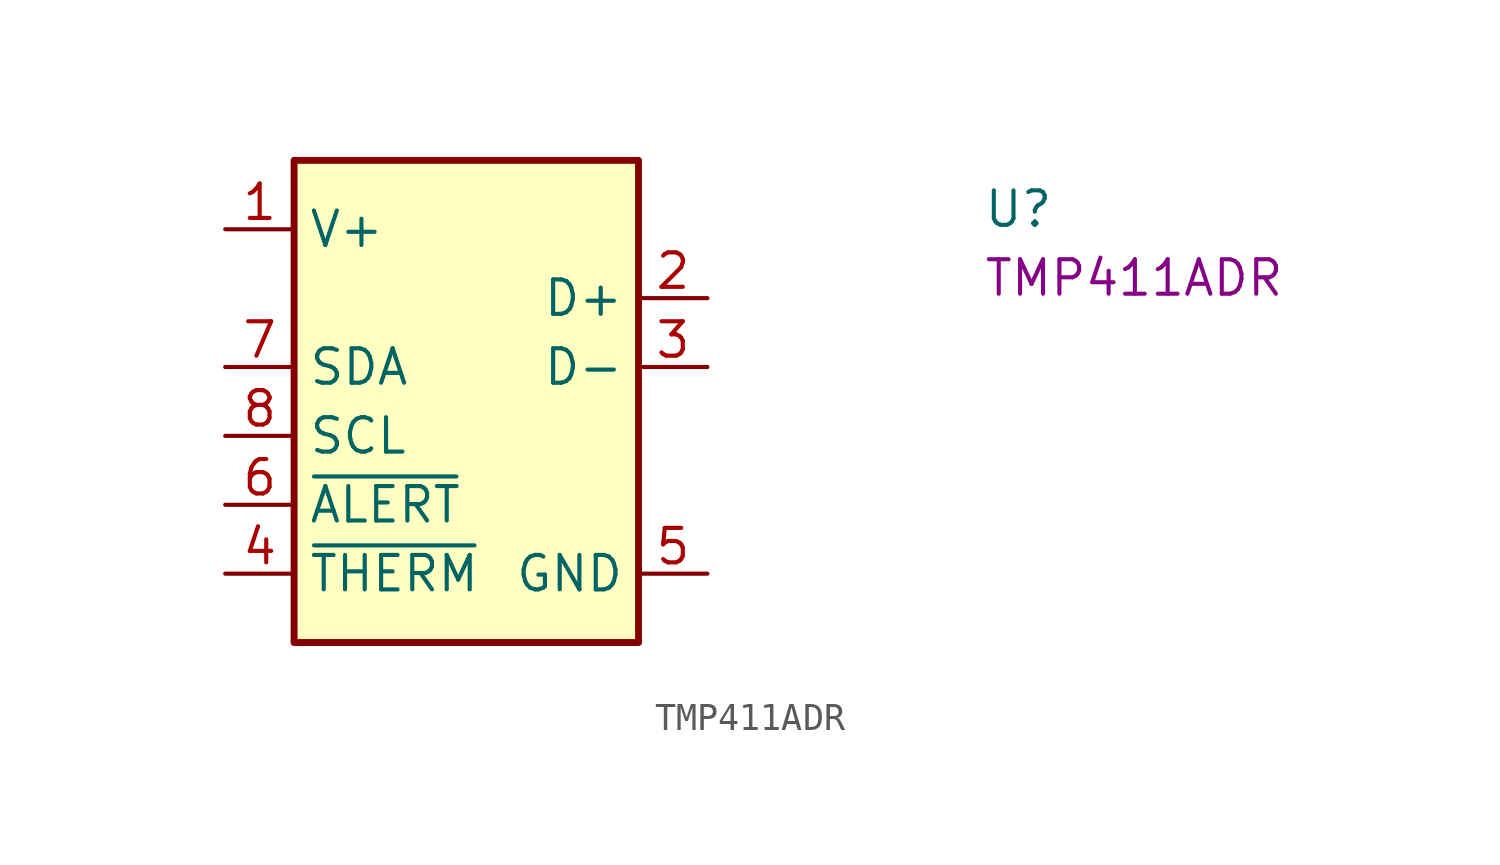
<source format=kicad_sym>
(kicad_symbol_lib
  (version 20220914)
  (generator kicad_symbol_editor)
  (symbol "TMP411ADR"
    (property "Reference" "U"
      (at 27.94 0 0)
      (effects (font (size 1.27 1.27) (thickness 0.15)) (justify left bottom)))
    (property "MPN" "TMP411ADR"
      (at 27.94 -2.54 0)
      (effects (font (size 1.27 1.27) (thickness 0.15)) (justify left bottom)))
    (symbol "TMP411ADR_1_1"
      (rectangle (start 2.54 2.54) (end 15.24 -15.24) (stroke (width 0.254) (type default)) (fill (type background)))
      (pin power_in line (at 0 0 0) (length 2.54) (name "V+" (effects (font (size 1.27 1.27)))) (number "1" (effects (font (size 1.27 1.27)))))
      (pin passive line (at 17.78 -2.54 180) (length 2.54) (name "D+" (effects (font (size 1.27 1.27)))) (number "2" (effects (font (size 1.27 1.27)))))
      (pin passive line (at 17.78 -5.08 180) (length 2.54) (name "D-" (effects (font (size 1.27 1.27)))) (number "3" (effects (font (size 1.27 1.27)))))
      (pin open_collector line (at 0 -12.7 0) (length 2.54) (name "~{THERM}" (effects (font (size 1.27 1.27)))) (number "4" (effects (font (size 1.27 1.27)))))
      (pin power_in line (at 17.78 -12.7 180) (length 2.54) (name "GND" (effects (font (size 1.27 1.27)))) (number "5" (effects (font (size 1.27 1.27)))))
      (pin open_collector line (at 0 -10.16 0) (length 2.54) (name "~{ALERT}" (effects (font (size 1.27 1.27)))) (number "6" (effects (font (size 1.27 1.27)))))
      (pin open_collector line (at 0 -5.08 0) (length 2.54) (name "SDA" (effects (font (size 1.27 1.27)))) (number "7" (effects (font (size 1.27 1.27)))))
      (pin open_collector line (at 0 -7.62 0) (length 2.54) (name "SCL" (effects (font (size 1.27 1.27)))) (number "8" (effects (font (size 1.27 1.27))))))))
</source>
